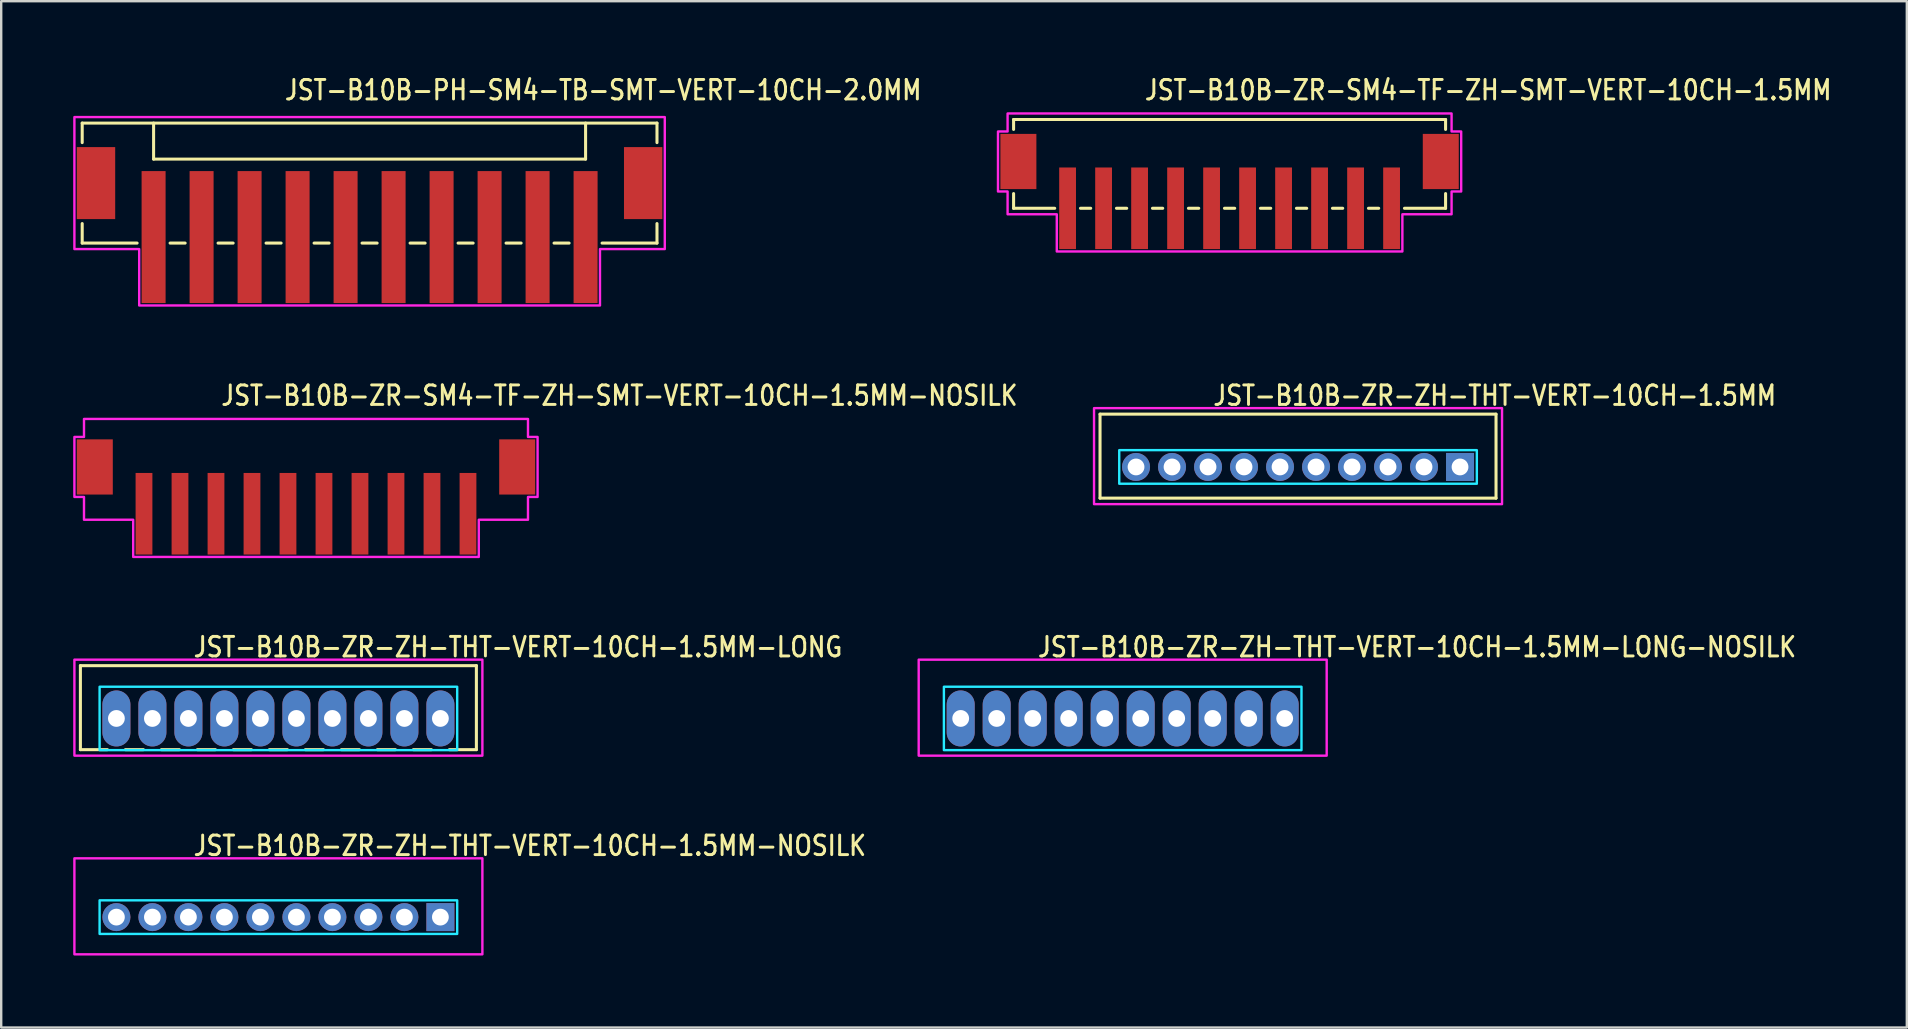
<source format=kicad_pcb>
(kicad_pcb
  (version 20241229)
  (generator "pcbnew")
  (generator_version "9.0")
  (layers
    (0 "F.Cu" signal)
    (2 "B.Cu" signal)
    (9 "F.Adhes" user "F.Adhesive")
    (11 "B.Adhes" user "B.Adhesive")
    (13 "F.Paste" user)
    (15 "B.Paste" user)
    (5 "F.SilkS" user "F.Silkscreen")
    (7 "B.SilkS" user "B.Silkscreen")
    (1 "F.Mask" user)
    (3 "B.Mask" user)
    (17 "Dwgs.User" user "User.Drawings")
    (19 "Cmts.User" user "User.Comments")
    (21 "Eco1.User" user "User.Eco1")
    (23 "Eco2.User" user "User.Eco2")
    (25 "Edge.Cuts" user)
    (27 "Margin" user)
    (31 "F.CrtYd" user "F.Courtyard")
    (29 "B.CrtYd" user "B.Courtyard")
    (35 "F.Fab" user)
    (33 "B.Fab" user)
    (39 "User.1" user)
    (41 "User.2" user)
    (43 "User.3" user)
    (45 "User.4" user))
  (footprint "JST-B10B-ZR-ZH-THT-VERT-10CH-1.5MM-LONG"
    (layer "F.Cu")
    (at 8.55 26.886)
    (property "Reference" "JST-B10B-ZR-ZH-THT-VERT-10CH-1.5MM-LONG" (at -3.6 -2.5 0) (unlocked yes) (layer "F.SilkS") (effects (font (size 0.813 0.695) (thickness 0.122)) (justify left bottom)))
    (fp_line (start -8.25 -2.2) (end 8.25 -2.2) (stroke (width 0.127) (type solid)) (layer "F.SilkS"))
    (fp_line (start -8.25 1.3) (end -8.25 -2.2) (stroke (width 0.127) (type solid)) (layer "F.SilkS"))
    (fp_line (start -8.25 1.3) (end -7.125 1.3) (stroke (width 0.127) (type solid)) (layer "F.SilkS"))
    (fp_line (start -6.375 1.3) (end -5.625 1.3) (stroke (width 0.127) (type solid)) (layer "F.SilkS"))
    (fp_line (start -4.875 1.3) (end -4.125 1.3) (stroke (width 0.127) (type solid)) (layer "F.SilkS"))
    (fp_line (start -3.375 1.3) (end -2.625 1.3) (stroke (width 0.127) (type solid)) (layer "F.SilkS"))
    (fp_line (start -1.875 1.3) (end -1.125 1.3) (stroke (width 0.127) (type solid)) (layer "F.SilkS"))
    (fp_line (start -0.375 1.3) (end 0.375 1.3) (stroke (width 0.127) (type solid)) (layer "F.SilkS"))
    (fp_line (start 1.125 1.3) (end 1.875 1.3) (stroke (width 0.127) (type solid)) (layer "F.SilkS"))
    (fp_line (start 2.625 1.3) (end 3.375 1.3) (stroke (width 0.127) (type solid)) (layer "F.SilkS"))
    (fp_line (start 4.125 1.3) (end 4.875 1.3) (stroke (width 0.127) (type solid)) (layer "F.SilkS"))
    (fp_line (start 5.625 1.3) (end 6.375 1.3) (stroke (width 0.127) (type solid)) (layer "F.SilkS"))
    (fp_line (start 7.125 1.3) (end 8.25 1.3) (stroke (width 0.127) (type solid)) (layer "F.SilkS"))
    (fp_line (start 8.25 -2.2) (end 8.25 1.3) (stroke (width 0.127) (type solid)) (layer "F.SilkS"))
    (fp_poly (pts (xy -7.45 -1.32) (xy -7.45 1.32) (xy 7.45 1.32) (xy 7.45 -1.32)) (stroke (width 0.1) (type solid)) (fill no) (layer "B.CrtYd"))
    (fp_poly (pts (xy -8.5 -2.45) (xy -8.5 1.55) (xy 8.5 1.55) (xy 8.5 -2.45)) (stroke (width 0.1) (type solid)) (fill no) (layer "F.CrtYd"))
    (pad "1" thru_hole oval (at 6.75 0 90) (size 2.333 1.167) (drill 0.7) (layers "*.Cu" "*.Mask"))
    (pad "2" thru_hole oval (at 5.25 0 90) (size 2.333 1.167) (drill 0.7) (layers "*.Cu" "*.Mask"))
    (pad "3" thru_hole oval (at 3.75 0 90) (size 2.333 1.167) (drill 0.7) (layers "*.Cu" "*.Mask"))
    (pad "4" thru_hole oval (at 2.25 0 90) (size 2.333 1.167) (drill 0.7) (layers "*.Cu" "*.Mask"))
    (pad "5" thru_hole oval (at 0.75 0 90) (size 2.333 1.167) (drill 0.7) (layers "*.Cu" "*.Mask"))
    (pad "6" thru_hole oval (at -0.75 0 90) (size 2.333 1.167) (drill 0.7) (layers "*.Cu" "*.Mask"))
    (pad "7" thru_hole oval (at -2.25 0 90) (size 2.333 1.167) (drill 0.7) (layers "*.Cu" "*.Mask"))
    (pad "8" thru_hole oval (at -3.75 0 90) (size 2.333 1.167) (drill 0.7) (layers "*.Cu" "*.Mask"))
    (pad "9" thru_hole oval (at -5.25 0 90) (size 2.333 1.167) (drill 0.7) (layers "*.Cu" "*.Mask"))
    (pad "10" thru_hole oval (at -6.75 0 90) (size 2.333 1.167) (drill 0.7) (layers "*.Cu" "*.Mask")))
  (footprint "JST-B10B-ZR-ZH-THT-VERT-10CH-1.5MM"
    (layer "F.Cu")
    (at 51.036 16.407)
    (property "Reference" "JST-B10B-ZR-ZH-THT-VERT-10CH-1.5MM" (at -3.6 -2.5 0) (unlocked yes) (layer "F.SilkS") (effects (font (size 0.813 0.695) (thickness 0.122)) (justify left bottom)))
    (fp_line (start -8.25 -2.2) (end 8.25 -2.2) (stroke (width 0.127) (type solid)) (layer "F.SilkS"))
    (fp_line (start -8.25 1.3) (end -8.25 -2.2) (stroke (width 0.127) (type solid)) (layer "F.SilkS"))
    (fp_line (start -8.25 1.3) (end 8.25 1.3) (stroke (width 0.127) (type solid)) (layer "F.SilkS"))
    (fp_line (start 8.25 -2.2) (end 8.25 1.3) (stroke (width 0.127) (type solid)) (layer "F.SilkS"))
    (fp_poly (pts (xy -7.45 -0.7) (xy -7.45 0.7) (xy 7.45 0.7) (xy 7.45 -0.7)) (stroke (width 0.1) (type solid)) (fill no) (layer "B.CrtYd"))
    (fp_poly (pts (xy -8.5 -2.45) (xy -8.5 1.55) (xy 8.5 1.55) (xy 8.5 -2.45)) (stroke (width 0.1) (type solid)) (fill no) (layer "F.CrtYd"))
    (pad "1" thru_hole rect (at 6.75 0) (size 1.167 1.167) (drill 0.7) (layers "*.Cu" "*.Mask"))
    (pad "2" thru_hole oval (at 5.25 0) (size 1.167 1.167) (drill 0.7) (layers "*.Cu" "*.Mask"))
    (pad "3" thru_hole oval (at 3.75 0) (size 1.167 1.167) (drill 0.7) (layers "*.Cu" "*.Mask"))
    (pad "4" thru_hole oval (at 2.25 0) (size 1.167 1.167) (drill 0.7) (layers "*.Cu" "*.Mask"))
    (pad "5" thru_hole oval (at 0.75 0) (size 1.167 1.167) (drill 0.7) (layers "*.Cu" "*.Mask"))
    (pad "6" thru_hole oval (at -0.75 0) (size 1.167 1.167) (drill 0.7) (layers "*.Cu" "*.Mask"))
    (pad "7" thru_hole oval (at -2.25 0) (size 1.167 1.167) (drill 0.7) (layers "*.Cu" "*.Mask"))
    (pad "8" thru_hole oval (at -3.75 0) (size 1.167 1.167) (drill 0.7) (layers "*.Cu" "*.Mask"))
    (pad "9" thru_hole oval (at -5.25 0) (size 1.167 1.167) (drill 0.7) (layers "*.Cu" "*.Mask"))
    (pad "10" thru_hole oval (at -6.75 0) (size 1.167 1.167) (drill 0.7) (layers "*.Cu" "*.Mask")))
  (footprint "JST-B10B-ZR-SM4-TF-ZH-SMT-VERT-10CH-1.5MM"
    (layer "F.Cu")
    (at 48.184 3.679)
    (property "Reference" "JST-B10B-ZR-SM4-TF-ZH-SMT-VERT-10CH-1.5MM" (at -3.6 -2.5 0) (unlocked yes) (layer "F.SilkS") (effects (font (size 0.813 0.695) (thickness 0.122)) (justify left bottom)))
    (fp_line (start -9 -1.75) (end -9 -1.337) (stroke (width 0.127) (type solid)) (layer "F.SilkS"))
    (fp_line (start -9 -1.75) (end 9 -1.75) (stroke (width 0.127) (type solid)) (layer "F.SilkS"))
    (fp_line (start -9 1.95) (end -9 1.337) (stroke (width 0.127) (type solid)) (layer "F.SilkS"))
    (fp_line (start -9 1.95) (end -7.287 1.95) (stroke (width 0.127) (type solid)) (layer "F.SilkS"))
    (fp_line (start -6.213 1.95) (end -5.787 1.95) (stroke (width 0.127) (type solid)) (layer "F.SilkS"))
    (fp_line (start -4.713 1.95) (end -4.287 1.95) (stroke (width 0.127) (type solid)) (layer "F.SilkS"))
    (fp_line (start -3.213 1.95) (end -2.787 1.95) (stroke (width 0.127) (type solid)) (layer "F.SilkS"))
    (fp_line (start -1.714 1.95) (end -1.286 1.95) (stroke (width 0.127) (type solid)) (layer "F.SilkS"))
    (fp_line (start -0.213 1.95) (end 0.213 1.95) (stroke (width 0.127) (type solid)) (layer "F.SilkS"))
    (fp_line (start 1.286 1.95) (end 1.714 1.95) (stroke (width 0.127) (type solid)) (layer "F.SilkS"))
    (fp_line (start 2.787 1.95) (end 3.213 1.95) (stroke (width 0.127) (type solid)) (layer "F.SilkS"))
    (fp_line (start 4.287 1.95) (end 4.713 1.95) (stroke (width 0.127) (type solid)) (layer "F.SilkS"))
    (fp_line (start 5.787 1.95) (end 6.213 1.95) (stroke (width 0.127) (type solid)) (layer "F.SilkS"))
    (fp_line (start 7.287 1.95) (end 9 1.95) (stroke (width 0.127) (type solid)) (layer "F.SilkS"))
    (fp_line (start 9 -1.337) (end 9 -1.75) (stroke (width 0.127) (type solid)) (layer "F.SilkS"))
    (fp_line (start 9 1.337) (end 9 1.95) (stroke (width 0.127) (type solid)) (layer "F.SilkS"))
    (fp_poly (pts (xy -9.25 -2) (xy -9.25 -1.25) (xy -9.65 -1.25) (xy -9.65 1.25) (xy -9.25 1.25) (xy -9.25 2.2) (xy -7.2 2.2) (xy -7.2 3.75) (xy 7.2 3.75) (xy 7.2 2.2) (xy 9.25 2.2) (xy 9.25 1.25) (xy 9.65 1.25) (xy 9.65 -1.25) (xy 9.25 -1.25) (xy 9.25 -2)) (stroke (width 0.1) (type solid)) (fill no) (layer "F.CrtYd"))
    (pad "1" smd rect (at -6.75 1.95) (size 0.7 3.4) (layers "F.Cu" "F.Mask" "F.Paste"))
    (pad "2" smd rect (at -5.25 1.95) (size 0.7 3.4) (layers "F.Cu" "F.Mask" "F.Paste"))
    (pad "3" smd rect (at -3.75 1.95) (size 0.7 3.4) (layers "F.Cu" "F.Mask" "F.Paste"))
    (pad "4" smd rect (at -2.25 1.95) (size 0.7 3.4) (layers "F.Cu" "F.Mask" "F.Paste"))
    (pad "5" smd rect (at -0.75 1.95) (size 0.7 3.4) (layers "F.Cu" "F.Mask" "F.Paste"))
    (pad "6" smd rect (at 0.75 1.95) (size 0.7 3.4) (layers "F.Cu" "F.Mask" "F.Paste"))
    (pad "7" smd rect (at 2.25 1.95) (size 0.7 3.4) (layers "F.Cu" "F.Mask" "F.Paste"))
    (pad "8" smd rect (at 3.75 1.95) (size 0.7 3.4) (layers "F.Cu" "F.Mask" "F.Paste"))
    (pad "9" smd rect (at 5.25 1.95) (size 0.7 3.4) (layers "F.Cu" "F.Mask" "F.Paste"))
    (pad "10" smd rect (at 6.75 1.95) (size 0.7 3.4) (layers "F.Cu" "F.Mask" "F.Paste"))
    (pad "S_11" smd rect (at 8.8 0) (size 1.5 2.3) (layers "F.Cu" "F.Mask" "F.Paste"))
    (pad "S_12" smd rect (at -8.8 0) (size 1.5 2.3) (layers "F.Cu" "F.Mask" "F.Paste")))
  (footprint "JST-B10B-ZR-ZH-THT-VERT-10CH-1.5MM-LONG-NOSILK"
    (layer "F.Cu")
    (at 43.73 26.886)
    (property "Reference" "JST-B10B-ZR-ZH-THT-VERT-10CH-1.5MM-LONG-NOSILK" (at -3.6 -2.5 0) (unlocked yes) (layer "F.SilkS") (effects (font (size 0.813 0.695) (thickness 0.122)) (justify left bottom)))
    (fp_poly (pts (xy -7.45 -1.32) (xy -7.45 1.32) (xy 7.45 1.32) (xy 7.45 -1.32)) (stroke (width 0.1) (type solid)) (fill no) (layer "B.CrtYd"))
    (fp_poly (pts (xy -8.5 -2.45) (xy -8.5 1.55) (xy 8.5 1.55) (xy 8.5 -2.45)) (stroke (width 0.1) (type solid)) (fill no) (layer "F.CrtYd"))
    (pad "P$1" thru_hole oval (at 6.75 0 90) (size 2.333 1.167) (drill 0.7) (layers "*.Cu" "*.Mask"))
    (pad "P$2" thru_hole oval (at 5.25 0 90) (size 2.333 1.167) (drill 0.7) (layers "*.Cu" "*.Mask"))
    (pad "P$3" thru_hole oval (at 3.75 0 90) (size 2.333 1.167) (drill 0.7) (layers "*.Cu" "*.Mask"))
    (pad "P$4" thru_hole oval (at 2.25 0 90) (size 2.333 1.167) (drill 0.7) (layers "*.Cu" "*.Mask"))
    (pad "P$5" thru_hole oval (at 0.75 0 90) (size 2.333 1.167) (drill 0.7) (layers "*.Cu" "*.Mask"))
    (pad "P$6" thru_hole oval (at -0.75 0 90) (size 2.333 1.167) (drill 0.7) (layers "*.Cu" "*.Mask"))
    (pad "P$7" thru_hole oval (at -2.25 0 90) (size 2.333 1.167) (drill 0.7) (layers "*.Cu" "*.Mask"))
    (pad "P$8" thru_hole oval (at -3.75 0 90) (size 2.333 1.167) (drill 0.7) (layers "*.Cu" "*.Mask"))
    (pad "P$9" thru_hole oval (at -5.25 0 90) (size 2.333 1.167) (drill 0.7) (layers "*.Cu" "*.Mask"))
    (pad "P$10" thru_hole oval (at -6.75 0 90) (size 2.333 1.167) (drill 0.7) (layers "*.Cu" "*.Mask")))
  (footprint "JST-B10B-ZR-ZH-THT-VERT-10CH-1.5MM-NOSILK"
    (layer "F.Cu")
    (at 8.55 35.164)
    (property "Reference" "JST-B10B-ZR-ZH-THT-VERT-10CH-1.5MM-NOSILK" (at -3.6 -2.5 0) (unlocked yes) (layer "F.SilkS") (effects (font (size 0.813 0.695) (thickness 0.122)) (justify left bottom)))
    (fp_poly (pts (xy -7.45 -0.7) (xy -7.45 0.7) (xy 7.45 0.7) (xy 7.45 -0.7)) (stroke (width 0.1) (type solid)) (fill no) (layer "B.CrtYd"))
    (fp_poly (pts (xy -8.5 -2.45) (xy -8.5 1.55) (xy 8.5 1.55) (xy 8.5 -2.45)) (stroke (width 0.1) (type solid)) (fill no) (layer "F.CrtYd"))
    (pad "1" thru_hole rect (at 6.75 0) (size 1.167 1.167) (drill 0.7) (layers "*.Cu" "*.Mask"))
    (pad "2" thru_hole oval (at 5.25 0) (size 1.167 1.167) (drill 0.7) (layers "*.Cu" "*.Mask"))
    (pad "3" thru_hole oval (at 3.75 0) (size 1.167 1.167) (drill 0.7) (layers "*.Cu" "*.Mask"))
    (pad "4" thru_hole oval (at 2.25 0) (size 1.167 1.167) (drill 0.7) (layers "*.Cu" "*.Mask"))
    (pad "5" thru_hole oval (at 0.75 0) (size 1.167 1.167) (drill 0.7) (layers "*.Cu" "*.Mask"))
    (pad "6" thru_hole oval (at -0.75 0) (size 1.167 1.167) (drill 0.7) (layers "*.Cu" "*.Mask"))
    (pad "7" thru_hole oval (at -2.25 0) (size 1.167 1.167) (drill 0.7) (layers "*.Cu" "*.Mask"))
    (pad "8" thru_hole oval (at -3.75 0) (size 1.167 1.167) (drill 0.7) (layers "*.Cu" "*.Mask"))
    (pad "9" thru_hole oval (at -5.25 0) (size 1.167 1.167) (drill 0.7) (layers "*.Cu" "*.Mask"))
    (pad "10" thru_hole oval (at -6.75 0) (size 1.167 1.167) (drill 0.7) (layers "*.Cu" "*.Mask")))
  (footprint "JST-B10B-PH-SM4-TB-SMT-VERT-10CH-2.0MM"
    (layer "F.Cu")
    (at 12.35 4.579)
    (property "Reference" "JST-B10B-PH-SM4-TB-SMT-VERT-10CH-2.0MM" (at -3.6 -3.4 0) (unlocked yes) (layer "F.SilkS") (effects (font (size 0.813 0.695) (thickness 0.122)) (justify left bottom)))
    (fp_line (start -11.975 -2.5) (end -11.975 -1.687) (stroke (width 0.127) (type solid)) (layer "F.SilkS"))
    (fp_line (start -11.975 -2.5) (end 11.975 -2.5) (stroke (width 0.127) (type solid)) (layer "F.SilkS"))
    (fp_line (start -11.975 2.5) (end -11.975 1.687) (stroke (width 0.127) (type solid)) (layer "F.SilkS"))
    (fp_line (start -11.975 2.5) (end -9.687 2.5) (stroke (width 0.127) (type solid)) (layer "F.SilkS"))
    (fp_line (start -9 -2.5) (end -9 -1) (stroke (width 0.127) (type solid)) (layer "F.SilkS"))
    (fp_line (start -9 -1) (end 9 -1) (stroke (width 0.127) (type solid)) (layer "F.SilkS"))
    (fp_line (start -8.313 2.5) (end -7.686 2.5) (stroke (width 0.127) (type solid)) (layer "F.SilkS"))
    (fp_line (start -6.314 2.5) (end -5.686 2.5) (stroke (width 0.127) (type solid)) (layer "F.SilkS"))
    (fp_line (start -4.314 2.5) (end -3.687 2.5) (stroke (width 0.127) (type solid)) (layer "F.SilkS"))
    (fp_line (start -2.313 2.5) (end -1.687 2.5) (stroke (width 0.127) (type solid)) (layer "F.SilkS"))
    (fp_line (start -0.314 2.5) (end 0.314 2.5) (stroke (width 0.127) (type solid)) (layer "F.SilkS"))
    (fp_line (start 1.687 2.5) (end 2.313 2.5) (stroke (width 0.127) (type solid)) (layer "F.SilkS"))
    (fp_line (start 3.687 2.5) (end 4.314 2.5) (stroke (width 0.127) (type solid)) (layer "F.SilkS"))
    (fp_line (start 5.686 2.5) (end 6.314 2.5) (stroke (width 0.127) (type solid)) (layer "F.SilkS"))
    (fp_line (start 7.686 2.5) (end 8.313 2.5) (stroke (width 0.127) (type solid)) (layer "F.SilkS"))
    (fp_line (start 9 -1) (end 9 -2.5) (stroke (width 0.127) (type solid)) (layer "F.SilkS"))
    (fp_line (start 9.687 2.5) (end 11.975 2.5) (stroke (width 0.127) (type solid)) (layer "F.SilkS"))
    (fp_line (start 11.975 -1.687) (end 11.975 -2.5) (stroke (width 0.127) (type solid)) (layer "F.SilkS"))
    (fp_line (start 11.975 1.687) (end 11.975 2.5) (stroke (width 0.127) (type solid)) (layer "F.SilkS"))
    (fp_poly (pts (xy -12.3 -2.75) (xy -12.3 2.75) (xy -9.6 2.75) (xy -9.6 5.1) (xy 9.6 5.1) (xy 9.6 2.75) (xy 12.3 2.75) (xy 12.3 -2.75)) (stroke (width 0.1) (type solid)) (fill no) (layer "F.CrtYd"))
    (pad "1" smd rect (at -9 2.25) (size 1 5.5) (layers "F.Cu" "F.Mask" "F.Paste"))
    (pad "2" smd rect (at -7 2.25) (size 1 5.5) (layers "F.Cu" "F.Mask" "F.Paste"))
    (pad "3" smd rect (at -5 2.25) (size 1 5.5) (layers "F.Cu" "F.Mask" "F.Paste"))
    (pad "4" smd rect (at -3 2.25) (size 1 5.5) (layers "F.Cu" "F.Mask" "F.Paste"))
    (pad "5" smd rect (at -1 2.25) (size 1 5.5) (layers "F.Cu" "F.Mask" "F.Paste"))
    (pad "6" smd rect (at 1 2.25) (size 1 5.5) (layers "F.Cu" "F.Mask" "F.Paste"))
    (pad "7" smd rect (at 3 2.25) (size 1 5.5) (layers "F.Cu" "F.Mask" "F.Paste"))
    (pad "8" smd rect (at 5 2.25) (size 1 5.5) (layers "F.Cu" "F.Mask" "F.Paste"))
    (pad "9" smd rect (at 7 2.25) (size 1 5.5) (layers "F.Cu" "F.Mask" "F.Paste"))
    (pad "10" smd rect (at 9 2.25) (size 1 5.5) (layers "F.Cu" "F.Mask" "F.Paste"))
    (pad "S_1" smd rect (at -11.4 0) (size 1.6 3) (layers "F.Cu" "F.Mask" "F.Paste"))
    (pad "S_2" smd rect (at 11.4 0) (size 1.6 3) (layers "F.Cu" "F.Mask" "F.Paste")))
  (footprint "JST-B10B-ZR-SM4-TF-ZH-SMT-VERT-10CH-1.5MM-NOSILK"
    (layer "F.Cu")
    (at 9.7 16.407)
    (property "Reference" "JST-B10B-ZR-SM4-TF-ZH-SMT-VERT-10CH-1.5MM-NOSILK" (at -3.6 -2.5 0) (unlocked yes) (layer "F.SilkS") (effects (font (size 0.813 0.695) (thickness 0.122)) (justify left bottom)))
    (fp_poly (pts (xy -9.25 -2) (xy -9.25 -1.25) (xy -9.65 -1.25) (xy -9.65 1.25) (xy -9.25 1.25) (xy -9.25 2.2) (xy -7.2 2.2) (xy -7.2 3.75) (xy 7.2 3.75) (xy 7.2 2.2) (xy 9.25 2.2) (xy 9.25 1.25) (xy 9.65 1.25) (xy 9.65 -1.25) (xy 9.25 -1.25) (xy 9.25 -2)) (stroke (width 0.1) (type solid)) (fill no) (layer "F.CrtYd"))
    (pad "1" smd rect (at -6.75 1.95) (size 0.7 3.4) (layers "F.Cu" "F.Mask" "F.Paste"))
    (pad "2" smd rect (at -5.25 1.95) (size 0.7 3.4) (layers "F.Cu" "F.Mask" "F.Paste"))
    (pad "3" smd rect (at -3.75 1.95) (size 0.7 3.4) (layers "F.Cu" "F.Mask" "F.Paste"))
    (pad "4" smd rect (at -2.25 1.95) (size 0.7 3.4) (layers "F.Cu" "F.Mask" "F.Paste"))
    (pad "5" smd rect (at -0.75 1.95) (size 0.7 3.4) (layers "F.Cu" "F.Mask" "F.Paste"))
    (pad "6" smd rect (at 0.75 1.95) (size 0.7 3.4) (layers "F.Cu" "F.Mask" "F.Paste"))
    (pad "7" smd rect (at 2.25 1.95) (size 0.7 3.4) (layers "F.Cu" "F.Mask" "F.Paste"))
    (pad "8" smd rect (at 3.75 1.95) (size 0.7 3.4) (layers "F.Cu" "F.Mask" "F.Paste"))
    (pad "9" smd rect (at 5.25 1.95) (size 0.7 3.4) (layers "F.Cu" "F.Mask" "F.Paste"))
    (pad "10" smd rect (at 6.75 1.95) (size 0.7 3.4) (layers "F.Cu" "F.Mask" "F.Paste"))
    (pad "11" smd rect (at 8.8 0) (size 1.5 2.3) (layers "F.Cu" "F.Mask" "F.Paste"))
    (pad "12" smd rect (at -8.8 0) (size 1.5 2.3) (layers "F.Cu" "F.Mask" "F.Paste")))
  (gr_rect
    (start -3 -3)
    (end 76.403 39.764)
    (stroke (width 0.1) (type default))
    (fill no)
    (layer "Edge.Cuts")))
</source>
